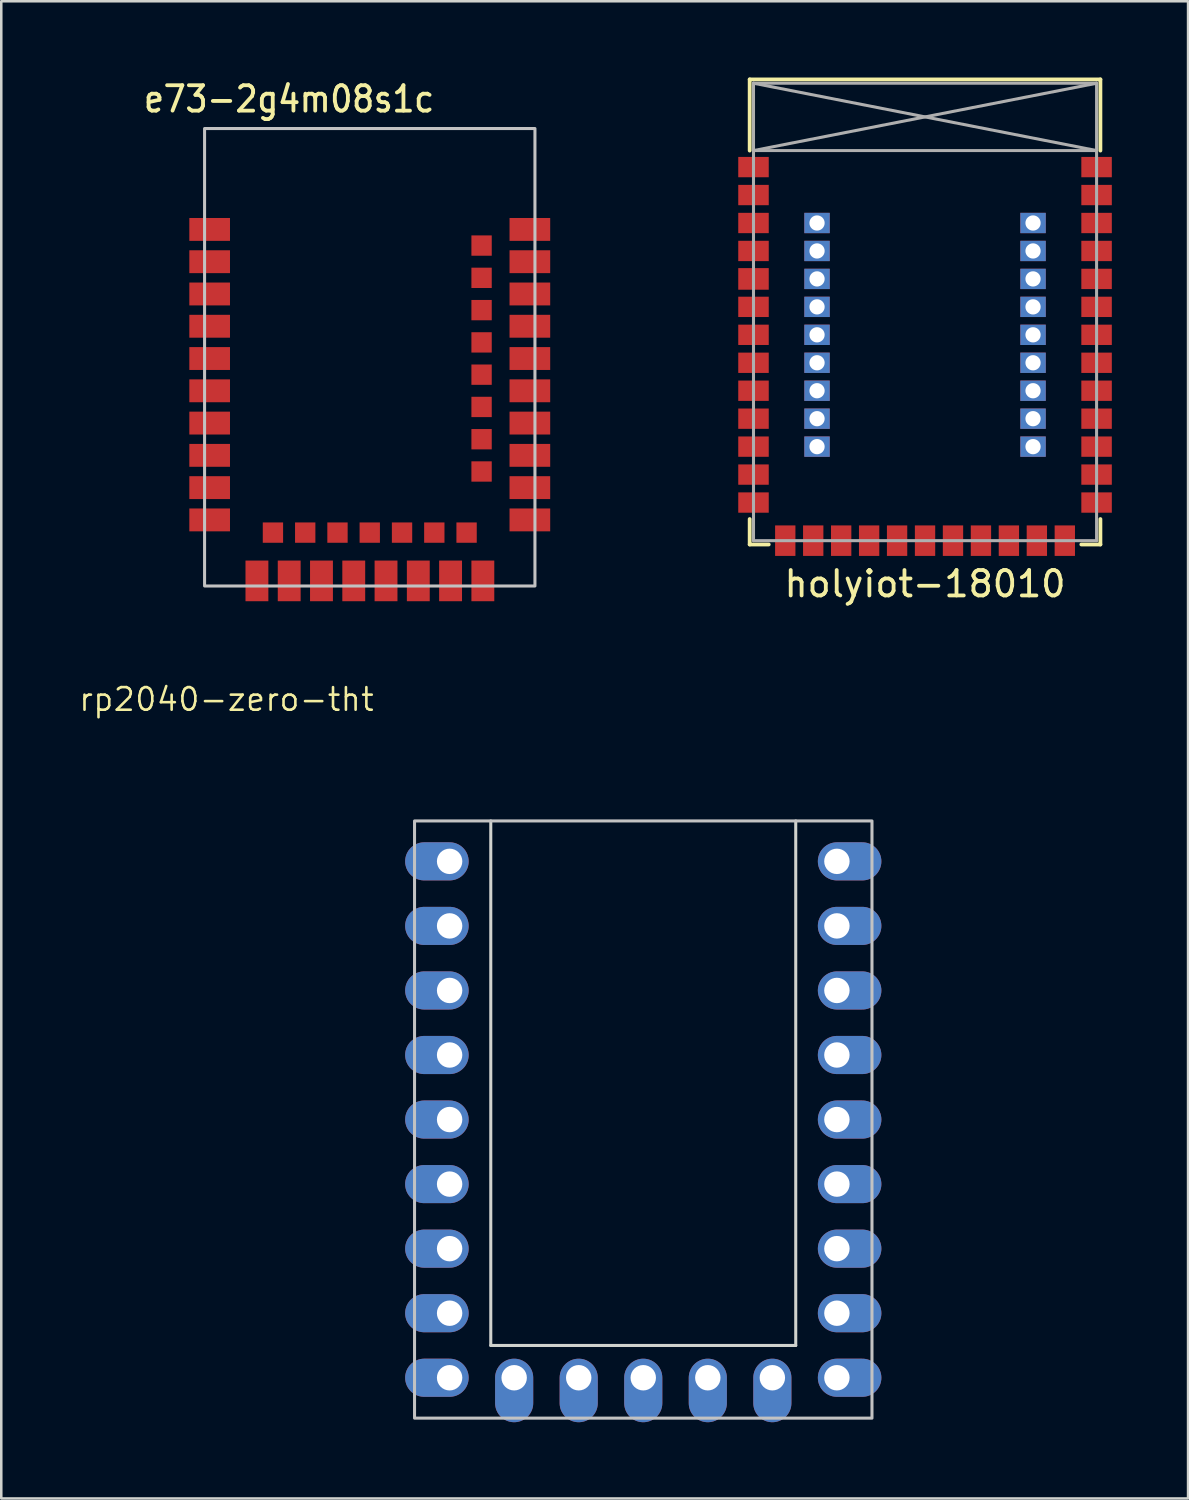
<source format=kicad_pcb>
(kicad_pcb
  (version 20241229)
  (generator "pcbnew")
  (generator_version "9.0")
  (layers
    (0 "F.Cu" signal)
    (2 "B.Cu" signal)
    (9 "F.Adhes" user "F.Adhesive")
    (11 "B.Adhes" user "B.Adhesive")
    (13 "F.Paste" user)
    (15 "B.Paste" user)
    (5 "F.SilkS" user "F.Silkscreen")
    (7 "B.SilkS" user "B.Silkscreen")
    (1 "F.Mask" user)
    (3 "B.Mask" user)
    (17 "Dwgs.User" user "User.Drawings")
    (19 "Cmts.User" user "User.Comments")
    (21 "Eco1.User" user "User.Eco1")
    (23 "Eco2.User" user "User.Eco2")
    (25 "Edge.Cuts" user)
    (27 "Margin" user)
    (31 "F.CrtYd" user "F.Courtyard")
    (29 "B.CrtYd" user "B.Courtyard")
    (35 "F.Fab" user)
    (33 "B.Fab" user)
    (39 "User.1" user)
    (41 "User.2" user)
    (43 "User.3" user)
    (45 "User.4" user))
  (footprint "rp2040-zero-tht"
    (layer "F.Cu")
    (at 22.262 41.004)
    (property "Reference" "rp2040-zero-tht" (at -16.399 -16.533 0) (layer "F.SilkS") (effects (font (size 0.889 0.889) (thickness 0.102))))
    (attr through_hole exclude_from_pos_files)
    (fp_rect (start -9 -11.75) (end 9 11.75) (stroke (width 0.12) (type solid)) (fill no) (layer "Dwgs.User"))
    (fp_line (start -6 -11.75) (end -6 8.89) (stroke (width 0.12) (type solid)) (layer "Edge.Cuts"))
    (fp_line (start -6 8.89) (end 6 8.89) (stroke (width 0.12) (type solid)) (layer "Edge.Cuts"))
    (fp_line (start 6 8.89) (end 6 -11.75) (stroke (width 0.12) (type solid)) (layer "Edge.Cuts"))
    (pad "1" thru_hole oval (at 7.62 -10.16 180) (size 2.5 1.5) (drill 1 (offset -0.5 0)) (layers "*.Cu" "*.Mask"))
    (pad "2" thru_hole oval (at 7.62 -7.62 180) (size 2.5 1.5) (drill 1 (offset -0.5 0)) (layers "*.Cu" "*.Mask"))
    (pad "3" thru_hole oval (at 7.62 -5.08 180) (size 2.5 1.5) (drill 1 (offset -0.5 0)) (layers "*.Cu" "*.Mask"))
    (pad "4" thru_hole oval (at 7.62 -2.54 180) (size 2.5 1.5) (drill 1 (offset -0.5 0)) (layers "*.Cu" "*.Mask"))
    (pad "5" thru_hole oval (at 7.62 0 180) (size 2.5 1.5) (drill 1 (offset -0.5 0)) (layers "*.Cu" "*.Mask"))
    (pad "6" thru_hole oval (at 7.62 2.54 180) (size 2.5 1.5) (drill 1 (offset -0.5 0)) (layers "*.Cu" "*.Mask"))
    (pad "7" thru_hole oval (at 7.62 5.08 180) (size 2.5 1.5) (drill 1 (offset -0.5 0)) (layers "*.Cu" "*.Mask"))
    (pad "8" thru_hole oval (at 7.62 7.62 180) (size 2.5 1.5) (drill 1 (offset -0.5 0)) (layers "*.Cu" "*.Mask"))
    (pad "9" thru_hole oval (at 7.62 10.16 180) (size 2.5 1.5) (drill 1 (offset -0.5 0)) (layers "*.Cu" "*.Mask"))
    (pad "10" thru_hole oval (at 5.08 10.16 90) (size 2.5 1.5) (drill 1 (offset -0.5 0)) (layers "*.Cu" "*.Mask"))
    (pad "11" thru_hole oval (at 2.54 10.16 90) (size 2.5 1.5) (drill 1 (offset -0.5 0)) (layers "*.Cu" "*.Mask"))
    (pad "12" thru_hole oval (at 0 10.16 90) (size 2.5 1.5) (drill 1 (offset -0.5 0)) (layers "*.Cu" "*.Mask"))
    (pad "13" thru_hole oval (at -2.54 10.16 90) (size 2.5 1.5) (drill 1 (offset -0.5 0)) (layers "*.Cu" "*.Mask"))
    (pad "14" thru_hole oval (at -5.08 10.16 90) (size 2.5 1.5) (drill 1 (offset -0.5 0)) (layers "*.Cu" "*.Mask"))
    (pad "15" thru_hole oval (at -7.62 10.16) (size 2.5 1.5) (drill 1 (offset -0.5 0)) (layers "*.Cu" "*.Mask"))
    (pad "16" thru_hole oval (at -7.62 7.62) (size 2.5 1.5) (drill 1 (offset -0.5 0)) (layers "*.Cu" "*.Mask"))
    (pad "17" thru_hole oval (at -7.62 5.08) (size 2.5 1.5) (drill 1 (offset -0.5 0)) (layers "*.Cu" "*.Mask"))
    (pad "18" thru_hole oval (at -7.62 2.54) (size 2.5 1.5) (drill 1 (offset -0.5 0)) (layers "*.Cu" "*.Mask"))
    (pad "19" thru_hole oval (at -7.62 0) (size 2.5 1.5) (drill 1 (offset -0.5 0)) (layers "*.Cu" "*.Mask"))
    (pad "20" thru_hole oval (at -7.62 -2.54) (size 2.5 1.5) (drill 1 (offset -0.5 0)) (layers "*.Cu" "*.Mask"))
    (pad "21" thru_hole oval (at -7.62 -5.08) (size 2.5 1.5) (drill 1 (offset -0.5 0)) (layers "*.Cu" "*.Mask"))
    (pad "22" thru_hole oval (at -7.62 -7.62) (size 2.5 1.5) (drill 1 (offset -0.5 0)) (layers "*.Cu" "*.Mask"))
    (pad "23" thru_hole oval (at -7.62 -10.16) (size 2.5 1.5) (drill 1 (offset -0.5 0)) (layers "*.Cu" "*.Mask")))
  (footprint "holyiot-18010"
    (layer "F.Cu")
    (at 33.35 9.225)
    (property "Reference" "holyiot-18010" (at 0 10.7 0) (layer "F.SilkS") (effects (font (size 1 1) (thickness 0.15))))
    (attr smd exclude_from_pos_files)
    (fp_line (start -6.9 -9.15) (end 6.9 -9.15) (stroke (width 0.15) (type solid)) (layer "F.SilkS"))
    (fp_line (start -6.9 -6.35) (end -6.9 -9.15) (stroke (width 0.15) (type solid)) (layer "F.SilkS"))
    (fp_line (start -6.9 8.15) (end -6.9 9.15) (stroke (width 0.15) (type solid)) (layer "F.SilkS"))
    (fp_line (start -6.9 9.15) (end -6.15 9.15) (stroke (width 0.15) (type solid)) (layer "F.SilkS"))
    (fp_line (start 6.15 9.15) (end 6.9 9.15) (stroke (width 0.15) (type solid)) (layer "F.SilkS"))
    (fp_line (start 6.9 -9.15) (end 6.9 -6.35) (stroke (width 0.15) (type solid)) (layer "F.SilkS"))
    (fp_line (start 6.9 8.15) (end 6.9 9.15) (stroke (width 0.15) (type solid)) (layer "F.SilkS"))
    (fp_line (start -6.75 -9) (end -6.75 9) (stroke (width 0.12) (type solid)) (layer "F.Fab"))
    (fp_line (start -6.75 -9) (end 6.75 -9) (stroke (width 0.12) (type solid)) (layer "F.Fab"))
    (fp_line (start -6.75 -6.35) (end 6.75 -9) (stroke (width 0.12) (type solid)) (layer "F.Fab"))
    (fp_line (start -6.75 -6.35) (end 6.75 -6.35) (stroke (width 0.12) (type solid)) (layer "F.Fab"))
    (fp_line (start -6.75 9) (end 6.75 9) (stroke (width 0.12) (type solid)) (layer "F.Fab"))
    (fp_line (start 6.75 -9) (end 6.75 9) (stroke (width 0.12) (type solid)) (layer "F.Fab"))
    (fp_line (start 6.75 -6.35) (end -6.75 -9) (stroke (width 0.12) (type solid)) (layer "F.Fab"))
    (pad "1" smd rect (at -6.75 -5.7) (size 1.2 0.8) (layers "F.Cu" "F.Mask" "F.Paste"))
    (pad "2" smd rect (at -6.75 -4.6) (size 1.2 0.8) (layers "F.Cu" "F.Mask" "F.Paste"))
    (pad "3" smd rect (at -6.75 -3.5) (size 1.2 0.8) (layers "F.Cu" "F.Mask" "F.Paste"))
    (pad "4" smd rect (at -6.75 -2.4) (size 1.2 0.8) (layers "F.Cu" "F.Mask" "F.Paste"))
    (pad "5" smd rect (at -6.75 -1.3) (size 1.2 0.85) (layers "F.Cu" "F.Mask" "F.Paste"))
    (pad "6" smd rect (at -6.75 -0.2) (size 1.2 0.8) (layers "F.Cu" "F.Mask" "F.Paste"))
    (pad "7" smd rect (at -6.75 0.9) (size 1.2 0.8) (layers "F.Cu" "F.Mask" "F.Paste"))
    (pad "8" smd rect (at -6.75 2) (size 1.2 0.8) (layers "F.Cu" "F.Mask" "F.Paste"))
    (pad "9" smd rect (at -6.75 3.1) (size 1.2 0.8) (layers "F.Cu" "F.Mask" "F.Paste"))
    (pad "10" smd rect (at -6.75 4.2) (size 1.2 0.8) (layers "F.Cu" "F.Mask" "F.Paste"))
    (pad "11" smd rect (at -6.75 5.3) (size 1.2 0.8) (layers "F.Cu" "F.Mask" "F.Paste"))
    (pad "12" smd rect (at -6.75 6.4) (size 1.2 0.8) (layers "F.Cu" "F.Mask" "F.Paste"))
    (pad "13" smd rect (at -6.75 7.5) (size 1.2 0.8) (layers "F.Cu" "F.Mask" "F.Paste"))
    (pad "14" thru_hole rect (at -4.25 -3.5) (size 1 0.8) (drill 0.6) (layers "*.Cu" "*.Mask"))
    (pad "15" thru_hole rect (at -4.25 -2.4) (size 1 0.8) (drill 0.6) (layers "*.Cu" "*.Mask"))
    (pad "16" thru_hole rect (at -4.25 -1.3) (size 1 0.8) (drill 0.6) (layers "*.Cu" "*.Mask"))
    (pad "17" thru_hole rect (at -4.25 -0.2) (size 1 0.8) (drill 0.6) (layers "*.Cu" "*.Mask"))
    (pad "18" thru_hole rect (at -4.25 0.9) (size 1 0.8) (drill 0.6) (layers "*.Cu" "*.Mask"))
    (pad "19" thru_hole rect (at -4.25 2) (size 1 0.8) (drill 0.6) (layers "*.Cu" "*.Mask"))
    (pad "20" thru_hole rect (at -4.25 3.1) (size 1 0.8) (drill 0.6) (layers "*.Cu" "*.Mask"))
    (pad "21" thru_hole rect (at -4.25 4.2) (size 1 0.8) (drill 0.6) (layers "*.Cu" "*.Mask"))
    (pad "22" thru_hole rect (at -4.25 5.3) (size 1 0.8) (drill 0.6) (layers "*.Cu" "*.Mask"))
    (pad "23" thru_hole rect (at 4.25 -3.5) (size 1 0.8) (drill 0.6) (layers "*.Cu" "*.Mask"))
    (pad "24" thru_hole rect (at 4.25 -2.4) (size 1 0.8) (drill 0.6) (layers "*.Cu" "*.Mask"))
    (pad "25" thru_hole rect (at 4.25 -1.3) (size 1 0.8) (drill 0.6) (layers "*.Cu" "*.Mask"))
    (pad "26" thru_hole rect (at 4.25 -0.2) (size 1 0.8) (drill 0.6) (layers "*.Cu" "*.Mask"))
    (pad "27" thru_hole rect (at 4.25 0.9) (size 1 0.8) (drill 0.6) (layers "*.Cu" "*.Mask"))
    (pad "28" thru_hole rect (at 4.25 2) (size 1 0.8) (drill 0.6) (layers "*.Cu" "*.Mask"))
    (pad "29" thru_hole rect (at 4.25 3.1) (size 1 0.8) (drill 0.6) (layers "*.Cu" "*.Mask"))
    (pad "30" thru_hole rect (at 4.25 4.2) (size 1 0.8) (drill 0.6) (layers "*.Cu" "*.Mask"))
    (pad "31" thru_hole rect (at 4.25 5.3) (size 1 0.8) (drill 0.6) (layers "*.Cu" "*.Mask"))
    (pad "32" smd rect (at 6.75 -5.7) (size 1.2 0.8) (layers "F.Cu" "F.Mask" "F.Paste"))
    (pad "33" smd rect (at 6.75 -4.6) (size 1.2 0.8) (layers "F.Cu" "F.Mask" "F.Paste"))
    (pad "34" smd rect (at 6.75 -3.5) (size 1.2 0.8) (layers "F.Cu" "F.Mask" "F.Paste"))
    (pad "35" smd rect (at 6.75 -2.4) (size 1.2 0.8) (layers "F.Cu" "F.Mask" "F.Paste"))
    (pad "36" smd rect (at 6.75 -1.3) (size 1.2 0.8) (layers "F.Cu" "F.Mask" "F.Paste"))
    (pad "37" smd rect (at 6.75 -0.2) (size 1.2 0.8) (layers "F.Cu" "F.Mask" "F.Paste"))
    (pad "38" smd rect (at 6.75 0.9) (size 1.2 0.8) (layers "F.Cu" "F.Mask" "F.Paste"))
    (pad "39" smd rect (at 6.75 2) (size 1.2 0.8) (layers "F.Cu" "F.Mask" "F.Paste"))
    (pad "40" smd rect (at 6.75 3.1) (size 1.2 0.8) (layers "F.Cu" "F.Mask" "F.Paste"))
    (pad "41" smd rect (at 6.75 4.2) (size 1.2 0.8) (layers "F.Cu" "F.Mask" "F.Paste"))
    (pad "42" smd rect (at 6.75 5.3) (size 1.2 0.8) (layers "F.Cu" "F.Mask" "F.Paste"))
    (pad "43" smd rect (at 6.75 6.4) (size 1.2 0.8) (layers "F.Cu" "F.Mask" "F.Paste"))
    (pad "44" smd rect (at 6.75 7.5) (size 1.2 0.8) (layers "F.Cu" "F.Mask" "F.Paste"))
    (pad "45" smd rect (at 5.5 9 90) (size 1.2 0.8) (layers "F.Cu" "F.Mask" "F.Paste"))
    (pad "46" smd rect (at 4.4 9 90) (size 1.2 0.8) (layers "F.Cu" "F.Mask" "F.Paste"))
    (pad "47" smd rect (at 3.3 9 90) (size 1.2 0.8) (layers "F.Cu" "F.Mask" "F.Paste"))
    (pad "48" smd rect (at 2.2 9 90) (size 1.2 0.8) (layers "F.Cu" "F.Mask" "F.Paste"))
    (pad "49" smd rect (at 1.1 9 90) (size 1.2 0.8) (layers "F.Cu" "F.Mask" "F.Paste"))
    (pad "50" smd rect (at 0 9 90) (size 1.2 0.8) (layers "F.Cu" "F.Mask" "F.Paste"))
    (pad "51" smd rect (at -1.1 9 90) (size 1.2 0.8) (layers "F.Cu" "F.Mask" "F.Paste"))
    (pad "52" smd rect (at -2.2 9 90) (size 1.2 0.8) (layers "F.Cu" "F.Mask" "F.Paste"))
    (pad "53" smd rect (at -3.3 9 90) (size 1.2 0.8) (layers "F.Cu" "F.Mask" "F.Paste"))
    (pad "54" smd rect (at -4.4 9 90) (size 1.2 0.8) (layers "F.Cu" "F.Mask" "F.Paste"))
    (pad "55" smd rect (at -5.5 9 90) (size 1.2 0.8) (layers "F.Cu" "F.Mask" "F.Paste")))
  (footprint "e73-2g4m08s1c"
    (layer "F.Cu")
    (at 11.5 11.008)
    (property "Reference" "e73-2g4m08s1c" (at -3.175 -10.16 0) (layer "F.SilkS") (effects (font (size 1 0.9) (thickness 0.15))))
    (attr smd)
    (fp_rect (start -6.5 -9) (end 6.5 9) (stroke (width 0.12) (type default)) (fill no) (layer "Dwgs.User"))
    (pad "1" smd rect (at -6.3 -5.03) (size 1.6 0.9) (layers "F.Cu" "F.Mask" "F.Paste"))
    (pad "2" smd rect (at -6.3 -3.76) (size 1.6 0.9) (layers "F.Cu" "F.Mask" "F.Paste"))
    (pad "3" smd rect (at -6.3 -2.49) (size 1.6 0.9) (layers "F.Cu" "F.Mask" "F.Paste"))
    (pad "4" smd rect (at -6.3 -1.22) (size 1.6 0.9) (layers "F.Cu" "F.Mask" "F.Paste"))
    (pad "5" smd rect (at -6.3 0.05) (size 1.6 0.9) (layers "F.Cu" "F.Mask" "F.Paste"))
    (pad "6" smd rect (at -6.3 1.32) (size 1.6 0.9) (layers "F.Cu" "F.Mask" "F.Paste"))
    (pad "7" smd rect (at -6.3 2.59) (size 1.6 0.9) (layers "F.Cu" "F.Mask" "F.Paste"))
    (pad "8" smd rect (at -6.3 3.86) (size 1.6 0.9) (layers "F.Cu" "F.Mask" "F.Paste"))
    (pad "9" smd rect (at -6.3 5.13) (size 1.6 0.9) (layers "F.Cu" "F.Mask" "F.Paste"))
    (pad "10" smd rect (at -6.3 6.4) (size 1.6 0.9) (layers "F.Cu" "F.Mask" "F.Paste"))
    (pad "11" smd rect (at -4.44 8.8) (size 0.9 1.6) (layers "F.Cu" "F.Mask" "F.Paste"))
    (pad "12" smd rect (at -3.81 6.9) (size 0.8 0.8) (layers "F.Cu" "F.Mask" "F.Paste"))
    (pad "13" smd rect (at -3.17 8.8) (size 0.9 1.6) (layers "F.Cu" "F.Mask" "F.Paste"))
    (pad "14" smd rect (at -2.54 6.9) (size 0.8 0.8) (layers "F.Cu" "F.Mask" "F.Paste"))
    (pad "15" smd rect (at -1.9 8.8) (size 0.9 1.6) (layers "F.Cu" "F.Mask" "F.Paste"))
    (pad "16" smd rect (at -1.27 6.9) (size 0.8 0.8) (layers "F.Cu" "F.Mask" "F.Paste"))
    (pad "17" smd rect (at -0.63 8.8) (size 0.9 1.6) (layers "F.Cu" "F.Mask" "F.Paste"))
    (pad "18" smd rect (at 0 6.9) (size 0.8 0.8) (layers "F.Cu" "F.Mask" "F.Paste"))
    (pad "19" smd rect (at 0.64 8.8) (size 0.9 1.6) (layers "F.Cu" "F.Mask" "F.Paste"))
    (pad "20" smd rect (at 1.27 6.9) (size 0.8 0.8) (layers "F.Cu" "F.Mask" "F.Paste"))
    (pad "21" smd rect (at 1.91 8.8) (size 0.9 1.6) (layers "F.Cu" "F.Mask" "F.Paste"))
    (pad "22" smd rect (at 2.54 6.9) (size 0.8 0.8) (layers "F.Cu" "F.Mask" "F.Paste"))
    (pad "23" smd rect (at 3.18 8.8) (size 0.9 1.6) (layers "F.Cu" "F.Mask" "F.Paste"))
    (pad "24" smd rect (at 3.81 6.9) (size 0.8 0.8) (layers "F.Cu" "F.Mask" "F.Paste"))
    (pad "25" smd rect (at 4.45 8.8) (size 0.9 1.6) (layers "F.Cu" "F.Mask" "F.Paste"))
    (pad "26" smd rect (at 6.3 6.4) (size 1.6 0.9) (layers "F.Cu" "F.Mask" "F.Paste"))
    (pad "27" smd rect (at 6.3 5.13) (size 1.6 0.9) (layers "F.Cu" "F.Mask" "F.Paste"))
    (pad "28" smd rect (at 4.4 4.495) (size 0.8 0.8) (layers "F.Cu" "F.Mask" "F.Paste"))
    (pad "29" smd rect (at 6.3 3.86) (size 1.6 0.9) (layers "F.Cu" "F.Mask" "F.Paste"))
    (pad "30" smd rect (at 4.4 3.225) (size 0.8 0.8) (layers "F.Cu" "F.Mask" "F.Paste"))
    (pad "31" smd rect (at 6.3 2.59) (size 1.6 0.9) (layers "F.Cu" "F.Mask" "F.Paste"))
    (pad "32" smd rect (at 4.4 1.955) (size 0.8 0.8) (layers "F.Cu" "F.Mask" "F.Paste"))
    (pad "33" smd rect (at 6.3 1.32) (size 1.6 0.9) (layers "F.Cu" "F.Mask" "F.Paste"))
    (pad "34" smd rect (at 4.4 0.685) (size 0.8 0.8) (layers "F.Cu" "F.Mask" "F.Paste"))
    (pad "35" smd rect (at 6.3 0.05) (size 1.6 0.9) (layers "F.Cu" "F.Mask" "F.Paste"))
    (pad "36" smd rect (at 4.4 -0.585) (size 0.8 0.8) (layers "F.Cu" "F.Mask" "F.Paste"))
    (pad "37" smd rect (at 6.3 -1.22) (size 1.6 0.9) (layers "F.Cu" "F.Mask" "F.Paste"))
    (pad "38" smd rect (at 4.4 -1.855) (size 0.8 0.8) (layers "F.Cu" "F.Mask" "F.Paste"))
    (pad "39" smd rect (at 6.3 -2.49) (size 1.6 0.9) (layers "F.Cu" "F.Mask" "F.Paste"))
    (pad "40" smd rect (at 4.4 -3.125) (size 0.8 0.8) (layers "F.Cu" "F.Mask" "F.Paste"))
    (pad "41" smd rect (at 6.3 -3.76) (size 1.6 0.9) (layers "F.Cu" "F.Mask" "F.Paste"))
    (pad "42" smd rect (at 4.4 -4.395) (size 0.8 0.8) (layers "F.Cu" "F.Mask" "F.Paste"))
    (pad "43" smd rect (at 6.3 -5.03) (size 1.6 0.9) (layers "F.Cu" "F.Mask" "F.Paste"))
    (zone (net_name "") (layers "F.Cu" "B.Cu") (hatch full 0.508) (connect_pads) (min_thickness 0.01) (filled_areas_thickness no) (keepout (tracks not_allowed) (vias not_allowed) (pads not_allowed) (copperpour not_allowed) (footprints allowed)) (placement (enabled no)) (fill) (polygon (pts (xy 0 2.008) (xy 23 2.008) (xy 23 5.008) (xy 0 5.008)))))
  (gr_rect
    (start -3 -3)
    (end 43.7 55.914)
    (stroke (width 0.1) (type default))
    (fill no)
    (layer "Edge.Cuts")))
</source>
